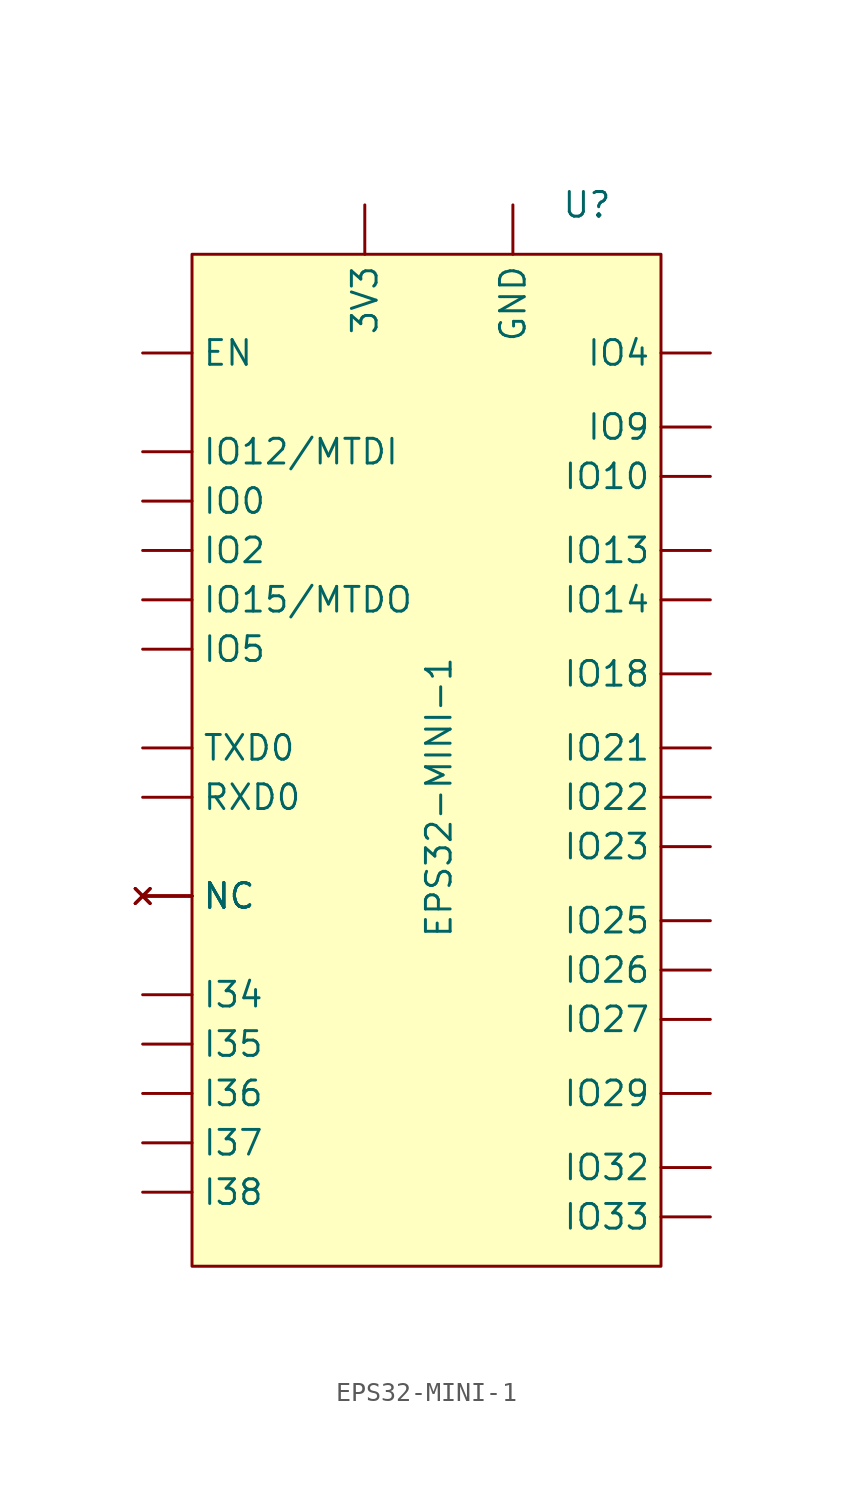
<source format=kicad_sym>
(kicad_symbol_lib
  (version 20220914)
  (generator kicad_symbol_editor)
  (symbol "EPS32-MINI-1"
    (pin_numbers hide)
    (property "Reference" "U"
      (at 7.62 27.94 0)
      (effects (font (size 1.27 1.27))))
    (property "Value" "EPS32-MINI-1"
      (at 0 -2.54 90)
      (effects (font (size 1.27 1.27))))
    (symbol "EPS32-MINI-1_0_1"
      (rectangle (start -12.7 25.4) (end 11.43 -26.67) (stroke (width 0) (type default)) (fill (type background))))
    (symbol "EPS32-MINI-1_1_1"
      (pin power_in line (at 3.81 27.94 270) (length 2.54) (name "GND" (effects (font (size 1.27 1.27)))) (number "1" (effects (font (size 1.27 1.27)))))
      (pin input line (at -15.24 -15.24 0) (length 2.54) (name "I35" (effects (font (size 1.27 1.27)))) (number "10" (effects (font (size 1.27 1.27)))))
      (pin bidirectional line (at 13.97 -21.59 180) (length 2.54) (name "IO32" (effects (font (size 1.27 1.27)))) (number "11" (effects (font (size 1.27 1.27)))))
      (pin bidirectional line (at 13.97 -24.13 180) (length 2.54) (name "IO33" (effects (font (size 1.27 1.27)))) (number "12" (effects (font (size 1.27 1.27)))))
      (pin bidirectional line (at 13.97 -8.89 180) (length 2.54) (name "IO25" (effects (font (size 1.27 1.27)))) (number "13" (effects (font (size 1.27 1.27)))))
      (pin bidirectional line (at 13.97 -11.43 180) (length 2.54) (name "IO26" (effects (font (size 1.27 1.27)))) (number "14" (effects (font (size 1.27 1.27)))))
      (pin bidirectional line (at 13.97 -13.97 180) (length 2.54) (name "IO27" (effects (font (size 1.27 1.27)))) (number "15" (effects (font (size 1.27 1.27)))))
      (pin bidirectional line (at 13.97 7.62 180) (length 2.54) (name "IO14" (effects (font (size 1.27 1.27)))) (number "16" (effects (font (size 1.27 1.27)))))
      (pin bidirectional line (at -15.24 15.24 0) (length 2.54) (name "IO12/MTDI" (effects (font (size 1.27 1.27)))) (number "17" (effects (font (size 1.27 1.27)))))
      (pin bidirectional line (at 13.97 10.16 180) (length 2.54) (name "IO13" (effects (font (size 1.27 1.27)))) (number "18" (effects (font (size 1.27 1.27)))))
      (pin bidirectional line (at -15.24 7.62 0) (length 2.54) (name "IO15/MTDO" (effects (font (size 1.27 1.27)))) (number "19" (effects (font (size 1.27 1.27)))))
      (pin power_in line (at 3.81 27.94 270) (length 2.54) hide (name "GND" (effects (font (size 1.27 1.27)))) (number "2" (effects (font (size 1.27 1.27)))))
      (pin bidirectional line (at -15.24 10.16 0) (length 2.54) (name "IO2" (effects (font (size 1.27 1.27)))) (number "20" (effects (font (size 1.27 1.27)))))
      (pin bidirectional line (at -15.24 12.7 0) (length 2.54) (name "IO0" (effects (font (size 1.27 1.27)))) (number "21" (effects (font (size 1.27 1.27)))))
      (pin bidirectional line (at 13.97 20.32 180) (length 2.54) (name "IO4" (effects (font (size 1.27 1.27)))) (number "22" (effects (font (size 1.27 1.27)))))
      (pin no_connect line (at -15.24 -7.62 0) (length 2.54) (name "NC" (effects (font (size 1.27 1.27)))) (number "23" (effects (font (size 1.27 1.27)))))
      (pin no_connect line (at -15.24 -7.62 0) (length 2.54) (name "NC" (effects (font (size 1.27 1.27)))) (number "24" (effects (font (size 1.27 1.27)))))
      (pin bidirectional line (at 13.97 16.51 180) (length 2.54) (name "IO9" (effects (font (size 1.27 1.27)))) (number "25" (effects (font (size 1.27 1.27)))))
      (pin bidirectional line (at 13.97 13.97 180) (length 2.54) (name "IO10" (effects (font (size 1.27 1.27)))) (number "26" (effects (font (size 1.27 1.27)))))
      (pin power_in line (at 3.81 27.94 270) (length 2.54) hide (name "GND" (effects (font (size 1.27 1.27)))) (number "27" (effects (font (size 1.27 1.27)))))
      (pin no_connect line (at -15.24 -7.62 0) (length 2.54) (name "NC" (effects (font (size 1.27 1.27)))) (number "28" (effects (font (size 1.27 1.27)))))
      (pin bidirectional line (at -15.24 5.08 0) (length 2.54) (name "IO5" (effects (font (size 1.27 1.27)))) (number "29" (effects (font (size 1.27 1.27)))))
      (pin power_in line (at -3.81 27.94 270) (length 2.54) (name "3V3" (effects (font (size 1.27 1.27)))) (number "3" (effects (font (size 1.27 1.27)))))
      (pin bidirectional line (at 13.97 3.81 180) (length 2.54) (name "IO18" (effects (font (size 1.27 1.27)))) (number "30" (effects (font (size 1.27 1.27)))))
      (pin bidirectional line (at 13.97 -5.08 180) (length 2.54) (name "IO23" (effects (font (size 1.27 1.27)))) (number "31" (effects (font (size 1.27 1.27)))))
      (pin bidirectional line (at 13.97 -17.78 180) (length 2.54) (name "IO29" (effects (font (size 1.27 1.27)))) (number "32" (effects (font (size 1.27 1.27)))))
      (pin bidirectional line (at 13.97 -2.54 180) (length 2.54) (name "IO22" (effects (font (size 1.27 1.27)))) (number "33" (effects (font (size 1.27 1.27)))))
      (pin bidirectional line (at 13.97 0 180) (length 2.54) (name "IO21" (effects (font (size 1.27 1.27)))) (number "34" (effects (font (size 1.27 1.27)))))
      (pin bidirectional line (at -15.24 -2.54 0) (length 2.54) (name "RXD0" (effects (font (size 1.27 1.27)))) (number "35" (effects (font (size 1.27 1.27)))))
      (pin bidirectional line (at -15.24 0 0) (length 2.54) (name "TXD0" (effects (font (size 1.27 1.27)))) (number "36" (effects (font (size 1.27 1.27)))))
      (pin no_connect line (at -15.24 -7.62 0) (length 2.54) (name "NC" (effects (font (size 1.27 1.27)))) (number "37" (effects (font (size 1.27 1.27)))))
      (pin power_in line (at 3.81 27.94 270) (length 2.54) hide (name "GND" (effects (font (size 1.27 1.27)))) (number "38" (effects (font (size 1.27 1.27)))))
      (pin power_in line (at 3.81 27.94 270) (length 2.54) hide (name "GND" (effects (font (size 1.27 1.27)))) (number "39" (effects (font (size 1.27 1.27)))))
      (pin input line (at -15.24 -17.78 0) (length 2.54) (name "I36" (effects (font (size 1.27 1.27)))) (number "4" (effects (font (size 1.27 1.27)))))
      (pin power_in line (at 3.81 27.94 270) (length 2.54) hide (name "GND" (effects (font (size 1.27 1.27)))) (number "40" (effects (font (size 1.27 1.27)))))
      (pin power_in line (at 3.81 27.94 270) (length 2.54) hide (name "GND" (effects (font (size 1.27 1.27)))) (number "41" (effects (font (size 1.27 1.27)))))
      (pin power_in line (at 3.81 27.94 270) (length 2.54) hide (name "GND" (effects (font (size 1.27 1.27)))) (number "42" (effects (font (size 1.27 1.27)))))
      (pin power_in line (at 3.81 27.94 270) (length 2.54) hide (name "GND" (effects (font (size 1.27 1.27)))) (number "43" (effects (font (size 1.27 1.27)))))
      (pin power_in line (at 3.81 27.94 270) (length 2.54) hide (name "GND" (effects (font (size 1.27 1.27)))) (number "44" (effects (font (size 1.27 1.27)))))
      (pin power_in line (at 3.81 27.94 270) (length 2.54) hide (name "GND" (effects (font (size 1.27 1.27)))) (number "45" (effects (font (size 1.27 1.27)))))
      (pin power_in line (at 3.81 27.94 270) (length 2.54) hide (name "GND" (effects (font (size 1.27 1.27)))) (number "46" (effects (font (size 1.27 1.27)))))
      (pin power_in line (at 3.81 27.94 270) (length 2.54) hide (name "GND" (effects (font (size 1.27 1.27)))) (number "47" (effects (font (size 1.27 1.27)))))
      (pin power_in line (at 3.81 27.94 270) (length 2.54) hide (name "GND" (effects (font (size 1.27 1.27)))) (number "48" (effects (font (size 1.27 1.27)))))
      (pin power_in line (at 3.81 27.94 270) (length 2.54) hide (name "GND" (effects (font (size 1.27 1.27)))) (number "49" (effects (font (size 1.27 1.27)))))
      (pin input line (at -15.24 -20.32 0) (length 2.54) (name "I37" (effects (font (size 1.27 1.27)))) (number "5" (effects (font (size 1.27 1.27)))))
      (pin power_in line (at 3.81 27.94 270) (length 2.54) hide (name "GND" (effects (font (size 1.27 1.27)))) (number "50" (effects (font (size 1.27 1.27)))))
      (pin power_in line (at 3.81 27.94 270) (length 2.54) hide (name "GND" (effects (font (size 1.27 1.27)))) (number "51" (effects (font (size 1.27 1.27)))))
      (pin power_in line (at 3.81 27.94 270) (length 2.54) hide (name "GND" (effects (font (size 1.27 1.27)))) (number "52" (effects (font (size 1.27 1.27)))))
      (pin power_in line (at 3.81 27.94 270) (length 2.54) hide (name "GND" (effects (font (size 1.27 1.27)))) (number "53" (effects (font (size 1.27 1.27)))))
      (pin power_in line (at 3.81 27.94 270) (length 2.54) hide (name "GND" (effects (font (size 1.27 1.27)))) (number "54" (effects (font (size 1.27 1.27)))))
      (pin power_in line (at 3.81 27.94 270) (length 2.54) hide (name "GND" (effects (font (size 1.27 1.27)))) (number "55" (effects (font (size 1.27 1.27)))))
      (pin input line (at -15.24 -22.86 0) (length 2.54) (name "I38" (effects (font (size 1.27 1.27)))) (number "6" (effects (font (size 1.27 1.27)))))
      (pin input line (at -15.24 20.32 0) (length 2.54) (name "EN" (effects (font (size 1.27 1.27)))) (number "8" (effects (font (size 1.27 1.27)))))
      (pin input line (at -15.24 -12.7 0) (length 2.54) (name "I34" (effects (font (size 1.27 1.27)))) (number "9" (effects (font (size 1.27 1.27))))))))
</source>
